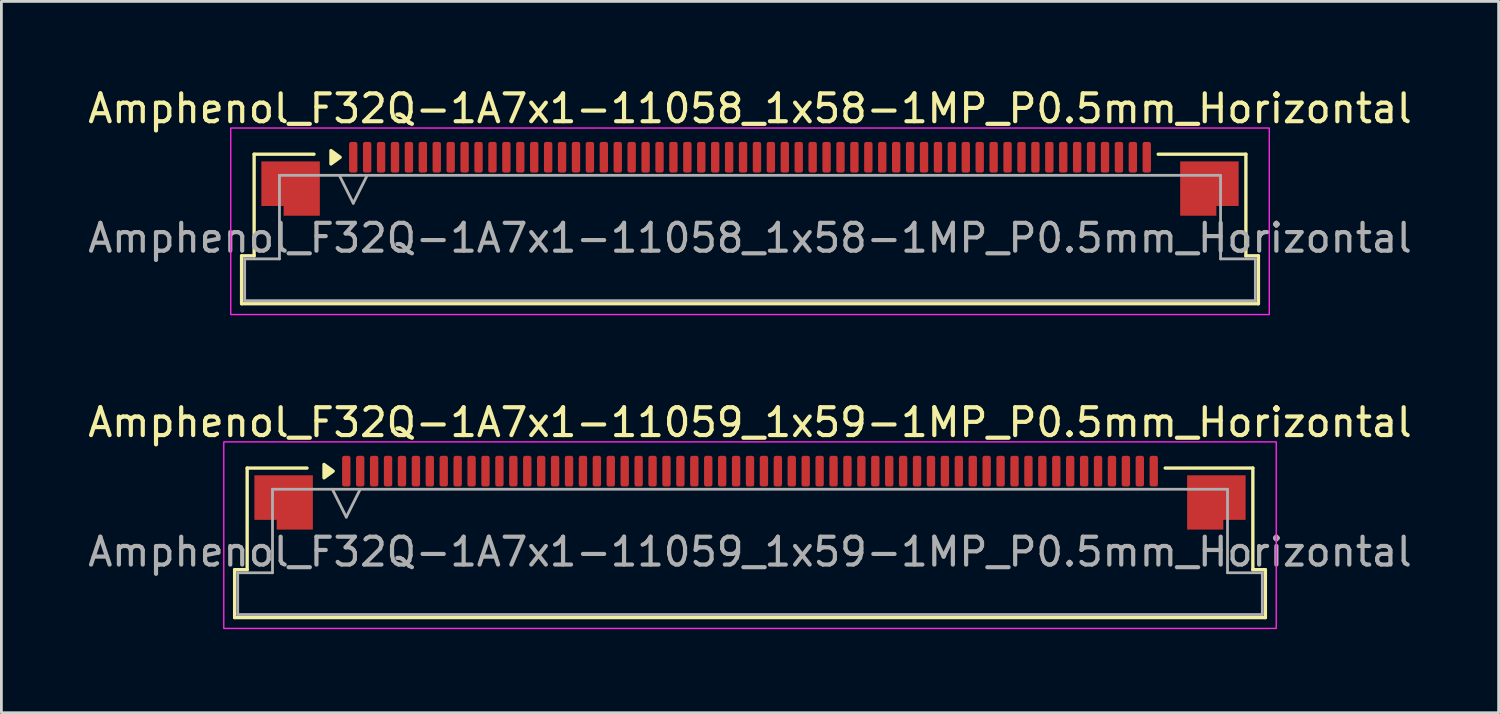
<source format=kicad_pcb>
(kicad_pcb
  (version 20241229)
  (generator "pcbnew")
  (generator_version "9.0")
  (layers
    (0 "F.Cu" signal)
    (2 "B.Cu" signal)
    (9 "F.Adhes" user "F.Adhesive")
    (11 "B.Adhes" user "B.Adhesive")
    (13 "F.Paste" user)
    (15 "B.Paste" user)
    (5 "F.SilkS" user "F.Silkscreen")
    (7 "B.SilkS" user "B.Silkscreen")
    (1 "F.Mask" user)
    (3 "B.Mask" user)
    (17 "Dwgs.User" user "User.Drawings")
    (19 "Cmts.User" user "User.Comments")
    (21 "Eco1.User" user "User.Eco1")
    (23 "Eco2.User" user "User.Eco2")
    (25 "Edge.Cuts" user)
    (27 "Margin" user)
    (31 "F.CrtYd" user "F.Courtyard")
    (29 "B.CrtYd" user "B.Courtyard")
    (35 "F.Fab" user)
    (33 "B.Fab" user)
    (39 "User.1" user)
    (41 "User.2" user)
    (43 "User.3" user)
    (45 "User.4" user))
  (footprint "Amphenol_F32Q-1A7x1-11059_1x59-1MP_P0.5mm_Horizontal"
    (layer "F.Cu")
    (at 23.887 16.771)
    (property "Reference" "Amphenol_F32Q-1A7x1-11059_1x59-1MP_P0.5mm_Horizontal" (at 0 -4.65 0) (layer "F.SilkS") (effects (font (size 1 1) (thickness 0.15))))
    (attr smd)
    (fp_line (start -18.51 0.64) (end -18.06 0.64) (stroke (width 0.12) (type solid)) (layer "F.SilkS"))
    (fp_line (start -18.51 2.36) (end -18.51 0.64) (stroke (width 0.12) (type solid)) (layer "F.SilkS"))
    (fp_line (start -18.06 -3.01) (end -15.91 -3.01) (stroke (width 0.12) (type solid)) (layer "F.SilkS"))
    (fp_line (start -18.06 0.64) (end -18.06 -3.01) (stroke (width 0.12) (type solid)) (layer "F.SilkS"))
    (fp_line (start 14.91 -3.01) (end 18.06 -3.01) (stroke (width 0.12) (type solid)) (layer "F.SilkS"))
    (fp_line (start 18.06 -3.01) (end 18.06 0.64) (stroke (width 0.12) (type solid)) (layer "F.SilkS"))
    (fp_line (start 18.06 0.64) (end 18.51 0.64) (stroke (width 0.12) (type solid)) (layer "F.SilkS"))
    (fp_line (start 18.51 0.64) (end 18.51 2.36) (stroke (width 0.12) (type solid)) (layer "F.SilkS"))
    (fp_line (start 18.51 2.36) (end -18.51 2.36) (stroke (width 0.12) (type solid)) (layer "F.SilkS"))
    (fp_poly (pts (xy -14.97 -2.9) (xy -15.3 -2.66) (xy -15.3 -3.14)) (stroke (width 0.12) (type solid)) (fill yes) (layer "F.SilkS"))
    (fp_rect (start -18.9 -3.95) (end 18.9 2.75) (stroke (width 0.05) (type solid)) (fill no) (layer "F.CrtYd"))
    (fp_line (start -18.4 0.75) (end -17.15 0.75) (stroke (width 0.1) (type solid)) (layer "F.Fab"))
    (fp_line (start -18.4 2.25) (end -18.4 0.75) (stroke (width 0.1) (type solid)) (layer "F.Fab"))
    (fp_line (start -17.15 -2.25) (end 17.15 -2.25) (stroke (width 0.1) (type solid)) (layer "F.Fab"))
    (fp_line (start -17.15 0.75) (end -17.15 -2.25) (stroke (width 0.1) (type solid)) (layer "F.Fab"))
    (fp_line (start -15 -2.25) (end -14.5 -1.25) (stroke (width 0.1) (type solid)) (layer "F.Fab"))
    (fp_line (start -14.5 -1.25) (end -14 -2.25) (stroke (width 0.1) (type solid)) (layer "F.Fab"))
    (fp_line (start 17.15 -2.25) (end 17.15 0.75) (stroke (width 0.1) (type solid)) (layer "F.Fab"))
    (fp_line (start 17.15 0.75) (end 18.4 0.75) (stroke (width 0.1) (type solid)) (layer "F.Fab"))
    (fp_line (start 18.4 0.75) (end 18.4 2.25) (stroke (width 0.1) (type solid)) (layer "F.Fab"))
    (fp_line (start 18.4 2.25) (end -18.4 2.25) (stroke (width 0.1) (type solid)) (layer "F.Fab"))
    (fp_text user "${REFERENCE}" (at 0 0 0) (layer "F.Fab") (effects (font (size 1 1) (thickness 0.15))))
    (pad "1" smd roundrect (at -14.5 -2.9) (size 0.3 1.1) (layers "F.Cu" "F.Mask" "F.Paste") (roundrect_rratio 0.25))
    (pad "2" smd roundrect (at -14 -2.9) (size 0.3 1.1) (layers "F.Cu" "F.Mask" "F.Paste") (roundrect_rratio 0.25))
    (pad "3" smd roundrect (at -13.5 -2.9) (size 0.3 1.1) (layers "F.Cu" "F.Mask" "F.Paste") (roundrect_rratio 0.25))
    (pad "4" smd roundrect (at -13 -2.9) (size 0.3 1.1) (layers "F.Cu" "F.Mask" "F.Paste") (roundrect_rratio 0.25))
    (pad "5" smd roundrect (at -12.5 -2.9) (size 0.3 1.1) (layers "F.Cu" "F.Mask" "F.Paste") (roundrect_rratio 0.25))
    (pad "6" smd roundrect (at -12 -2.9) (size 0.3 1.1) (layers "F.Cu" "F.Mask" "F.Paste") (roundrect_rratio 0.25))
    (pad "7" smd roundrect (at -11.5 -2.9) (size 0.3 1.1) (layers "F.Cu" "F.Mask" "F.Paste") (roundrect_rratio 0.25))
    (pad "8" smd roundrect (at -11 -2.9) (size 0.3 1.1) (layers "F.Cu" "F.Mask" "F.Paste") (roundrect_rratio 0.25))
    (pad "9" smd roundrect (at -10.5 -2.9) (size 0.3 1.1) (layers "F.Cu" "F.Mask" "F.Paste") (roundrect_rratio 0.25))
    (pad "10" smd roundrect (at -10 -2.9) (size 0.3 1.1) (layers "F.Cu" "F.Mask" "F.Paste") (roundrect_rratio 0.25))
    (pad "11" smd roundrect (at -9.5 -2.9) (size 0.3 1.1) (layers "F.Cu" "F.Mask" "F.Paste") (roundrect_rratio 0.25))
    (pad "12" smd roundrect (at -9 -2.9) (size 0.3 1.1) (layers "F.Cu" "F.Mask" "F.Paste") (roundrect_rratio 0.25))
    (pad "13" smd roundrect (at -8.5 -2.9) (size 0.3 1.1) (layers "F.Cu" "F.Mask" "F.Paste") (roundrect_rratio 0.25))
    (pad "14" smd roundrect (at -8 -2.9) (size 0.3 1.1) (layers "F.Cu" "F.Mask" "F.Paste") (roundrect_rratio 0.25))
    (pad "15" smd roundrect (at -7.5 -2.9) (size 0.3 1.1) (layers "F.Cu" "F.Mask" "F.Paste") (roundrect_rratio 0.25))
    (pad "16" smd roundrect (at -7 -2.9) (size 0.3 1.1) (layers "F.Cu" "F.Mask" "F.Paste") (roundrect_rratio 0.25))
    (pad "17" smd roundrect (at -6.5 -2.9) (size 0.3 1.1) (layers "F.Cu" "F.Mask" "F.Paste") (roundrect_rratio 0.25))
    (pad "18" smd roundrect (at -6 -2.9) (size 0.3 1.1) (layers "F.Cu" "F.Mask" "F.Paste") (roundrect_rratio 0.25))
    (pad "19" smd roundrect (at -5.5 -2.9) (size 0.3 1.1) (layers "F.Cu" "F.Mask" "F.Paste") (roundrect_rratio 0.25))
    (pad "20" smd roundrect (at -5 -2.9) (size 0.3 1.1) (layers "F.Cu" "F.Mask" "F.Paste") (roundrect_rratio 0.25))
    (pad "21" smd roundrect (at -4.5 -2.9) (size 0.3 1.1) (layers "F.Cu" "F.Mask" "F.Paste") (roundrect_rratio 0.25))
    (pad "22" smd roundrect (at -4 -2.9) (size 0.3 1.1) (layers "F.Cu" "F.Mask" "F.Paste") (roundrect_rratio 0.25))
    (pad "23" smd roundrect (at -3.5 -2.9) (size 0.3 1.1) (layers "F.Cu" "F.Mask" "F.Paste") (roundrect_rratio 0.25))
    (pad "24" smd roundrect (at -3 -2.9) (size 0.3 1.1) (layers "F.Cu" "F.Mask" "F.Paste") (roundrect_rratio 0.25))
    (pad "25" smd roundrect (at -2.5 -2.9) (size 0.3 1.1) (layers "F.Cu" "F.Mask" "F.Paste") (roundrect_rratio 0.25))
    (pad "26" smd roundrect (at -2 -2.9) (size 0.3 1.1) (layers "F.Cu" "F.Mask" "F.Paste") (roundrect_rratio 0.25))
    (pad "27" smd roundrect (at -1.5 -2.9) (size 0.3 1.1) (layers "F.Cu" "F.Mask" "F.Paste") (roundrect_rratio 0.25))
    (pad "28" smd roundrect (at -1 -2.9) (size 0.3 1.1) (layers "F.Cu" "F.Mask" "F.Paste") (roundrect_rratio 0.25))
    (pad "29" smd roundrect (at -0.5 -2.9) (size 0.3 1.1) (layers "F.Cu" "F.Mask" "F.Paste") (roundrect_rratio 0.25))
    (pad "30" smd roundrect (at 0 -2.9) (size 0.3 1.1) (layers "F.Cu" "F.Mask" "F.Paste") (roundrect_rratio 0.25))
    (pad "31" smd roundrect (at 0.5 -2.9) (size 0.3 1.1) (layers "F.Cu" "F.Mask" "F.Paste") (roundrect_rratio 0.25))
    (pad "32" smd roundrect (at 1 -2.9) (size 0.3 1.1) (layers "F.Cu" "F.Mask" "F.Paste") (roundrect_rratio 0.25))
    (pad "33" smd roundrect (at 1.5 -2.9) (size 0.3 1.1) (layers "F.Cu" "F.Mask" "F.Paste") (roundrect_rratio 0.25))
    (pad "34" smd roundrect (at 2 -2.9) (size 0.3 1.1) (layers "F.Cu" "F.Mask" "F.Paste") (roundrect_rratio 0.25))
    (pad "35" smd roundrect (at 2.5 -2.9) (size 0.3 1.1) (layers "F.Cu" "F.Mask" "F.Paste") (roundrect_rratio 0.25))
    (pad "36" smd roundrect (at 3 -2.9) (size 0.3 1.1) (layers "F.Cu" "F.Mask" "F.Paste") (roundrect_rratio 0.25))
    (pad "37" smd roundrect (at 3.5 -2.9) (size 0.3 1.1) (layers "F.Cu" "F.Mask" "F.Paste") (roundrect_rratio 0.25))
    (pad "38" smd roundrect (at 4 -2.9) (size 0.3 1.1) (layers "F.Cu" "F.Mask" "F.Paste") (roundrect_rratio 0.25))
    (pad "39" smd roundrect (at 4.5 -2.9) (size 0.3 1.1) (layers "F.Cu" "F.Mask" "F.Paste") (roundrect_rratio 0.25))
    (pad "40" smd roundrect (at 5 -2.9) (size 0.3 1.1) (layers "F.Cu" "F.Mask" "F.Paste") (roundrect_rratio 0.25))
    (pad "41" smd roundrect (at 5.5 -2.9) (size 0.3 1.1) (layers "F.Cu" "F.Mask" "F.Paste") (roundrect_rratio 0.25))
    (pad "42" smd roundrect (at 6 -2.9) (size 0.3 1.1) (layers "F.Cu" "F.Mask" "F.Paste") (roundrect_rratio 0.25))
    (pad "43" smd roundrect (at 6.5 -2.9) (size 0.3 1.1) (layers "F.Cu" "F.Mask" "F.Paste") (roundrect_rratio 0.25))
    (pad "44" smd roundrect (at 7 -2.9) (size 0.3 1.1) (layers "F.Cu" "F.Mask" "F.Paste") (roundrect_rratio 0.25))
    (pad "45" smd roundrect (at 7.5 -2.9) (size 0.3 1.1) (layers "F.Cu" "F.Mask" "F.Paste") (roundrect_rratio 0.25))
    (pad "46" smd roundrect (at 8 -2.9) (size 0.3 1.1) (layers "F.Cu" "F.Mask" "F.Paste") (roundrect_rratio 0.25))
    (pad "47" smd roundrect (at 8.5 -2.9) (size 0.3 1.1) (layers "F.Cu" "F.Mask" "F.Paste") (roundrect_rratio 0.25))
    (pad "48" smd roundrect (at 9 -2.9) (size 0.3 1.1) (layers "F.Cu" "F.Mask" "F.Paste") (roundrect_rratio 0.25))
    (pad "49" smd roundrect (at 9.5 -2.9) (size 0.3 1.1) (layers "F.Cu" "F.Mask" "F.Paste") (roundrect_rratio 0.25))
    (pad "50" smd roundrect (at 10 -2.9) (size 0.3 1.1) (layers "F.Cu" "F.Mask" "F.Paste") (roundrect_rratio 0.25))
    (pad "51" smd roundrect (at 10.5 -2.9) (size 0.3 1.1) (layers "F.Cu" "F.Mask" "F.Paste") (roundrect_rratio 0.25))
    (pad "52" smd roundrect (at 11 -2.9) (size 0.3 1.1) (layers "F.Cu" "F.Mask" "F.Paste") (roundrect_rratio 0.25))
    (pad "53" smd roundrect (at 11.5 -2.9) (size 0.3 1.1) (layers "F.Cu" "F.Mask" "F.Paste") (roundrect_rratio 0.25))
    (pad "54" smd roundrect (at 12 -2.9) (size 0.3 1.1) (layers "F.Cu" "F.Mask" "F.Paste") (roundrect_rratio 0.25))
    (pad "55" smd roundrect (at 12.5 -2.9) (size 0.3 1.1) (layers "F.Cu" "F.Mask" "F.Paste") (roundrect_rratio 0.25))
    (pad "56" smd roundrect (at 13 -2.9) (size 0.3 1.1) (layers "F.Cu" "F.Mask" "F.Paste") (roundrect_rratio 0.25))
    (pad "57" smd roundrect (at 13.5 -2.9) (size 0.3 1.1) (layers "F.Cu" "F.Mask" "F.Paste") (roundrect_rratio 0.25))
    (pad "58" smd roundrect (at 14 -2.9) (size 0.3 1.1) (layers "F.Cu" "F.Mask" "F.Paste") (roundrect_rratio 0.25))
    (pad "59" smd roundrect (at 14.5 -2.9) (size 0.3 1.1) (layers "F.Cu" "F.Mask" "F.Paste") (roundrect_rratio 0.25))
    (pad "MP" smd custom (at -16.75 -1.775) (size 1 1) (layers "F.Cu" "F.Mask" "F.Paste") (options (anchor circle)) (primitives (gr_poly (pts (xy 1.05 -0.975) (xy 1.05 0.975) (xy -0.25 0.975) (xy -0.25 0.625) (xy -1.05 0.625) (xy -1.05 -0.975)) (width 0) (fill yes))))
    (pad "MP" smd custom (at 16.75 -1.775) (size 1 1) (layers "F.Cu" "F.Mask" "F.Paste") (options (anchor circle)) (primitives (gr_poly (pts (xy -1.05 -0.975) (xy -1.05 0.975) (xy 0.25 0.975) (xy 0.25 0.625) (xy 1.05 0.625) (xy 1.05 -0.975)) (width 0) (fill yes)))))
  (footprint "Amphenol_F32Q-1A7x1-11058_1x58-1MP_P0.5mm_Horizontal"
    (layer "F.Cu")
    (at 23.887 5.498)
    (property "Reference" "Amphenol_F32Q-1A7x1-11058_1x58-1MP_P0.5mm_Horizontal" (at 0 -4.65 0) (layer "F.SilkS") (effects (font (size 1 1) (thickness 0.15))))
    (attr smd)
    (fp_line (start -18.26 0.64) (end -17.81 0.64) (stroke (width 0.12) (type solid)) (layer "F.SilkS"))
    (fp_line (start -18.26 2.36) (end -18.26 0.64) (stroke (width 0.12) (type solid)) (layer "F.SilkS"))
    (fp_line (start -17.81 -3.01) (end -15.66 -3.01) (stroke (width 0.12) (type solid)) (layer "F.SilkS"))
    (fp_line (start -17.81 0.64) (end -17.81 -3.01) (stroke (width 0.12) (type solid)) (layer "F.SilkS"))
    (fp_line (start 14.66 -3.01) (end 17.81 -3.01) (stroke (width 0.12) (type solid)) (layer "F.SilkS"))
    (fp_line (start 17.81 -3.01) (end 17.81 0.64) (stroke (width 0.12) (type solid)) (layer "F.SilkS"))
    (fp_line (start 17.81 0.64) (end 18.26 0.64) (stroke (width 0.12) (type solid)) (layer "F.SilkS"))
    (fp_line (start 18.26 0.64) (end 18.26 2.36) (stroke (width 0.12) (type solid)) (layer "F.SilkS"))
    (fp_line (start 18.26 2.36) (end -18.26 2.36) (stroke (width 0.12) (type solid)) (layer "F.SilkS"))
    (fp_poly (pts (xy -14.72 -2.9) (xy -15.05 -2.66) (xy -15.05 -3.14)) (stroke (width 0.12) (type solid)) (fill yes) (layer "F.SilkS"))
    (fp_rect (start -18.65 -3.95) (end 18.65 2.75) (stroke (width 0.05) (type solid)) (fill no) (layer "F.CrtYd"))
    (fp_line (start -18.15 0.75) (end -16.9 0.75) (stroke (width 0.1) (type solid)) (layer "F.Fab"))
    (fp_line (start -18.15 2.25) (end -18.15 0.75) (stroke (width 0.1) (type solid)) (layer "F.Fab"))
    (fp_line (start -16.9 -2.25) (end 16.9 -2.25) (stroke (width 0.1) (type solid)) (layer "F.Fab"))
    (fp_line (start -16.9 0.75) (end -16.9 -2.25) (stroke (width 0.1) (type solid)) (layer "F.Fab"))
    (fp_line (start -14.75 -2.25) (end -14.25 -1.25) (stroke (width 0.1) (type solid)) (layer "F.Fab"))
    (fp_line (start -14.25 -1.25) (end -13.75 -2.25) (stroke (width 0.1) (type solid)) (layer "F.Fab"))
    (fp_line (start 16.9 -2.25) (end 16.9 0.75) (stroke (width 0.1) (type solid)) (layer "F.Fab"))
    (fp_line (start 16.9 0.75) (end 18.15 0.75) (stroke (width 0.1) (type solid)) (layer "F.Fab"))
    (fp_line (start 18.15 0.75) (end 18.15 2.25) (stroke (width 0.1) (type solid)) (layer "F.Fab"))
    (fp_line (start 18.15 2.25) (end -18.15 2.25) (stroke (width 0.1) (type solid)) (layer "F.Fab"))
    (fp_text user "${REFERENCE}" (at 0 0 0) (layer "F.Fab") (effects (font (size 1 1) (thickness 0.15))))
    (pad "1" smd roundrect (at -14.25 -2.9) (size 0.3 1.1) (layers "F.Cu" "F.Mask" "F.Paste") (roundrect_rratio 0.25))
    (pad "2" smd roundrect (at -13.75 -2.9) (size 0.3 1.1) (layers "F.Cu" "F.Mask" "F.Paste") (roundrect_rratio 0.25))
    (pad "3" smd roundrect (at -13.25 -2.9) (size 0.3 1.1) (layers "F.Cu" "F.Mask" "F.Paste") (roundrect_rratio 0.25))
    (pad "4" smd roundrect (at -12.75 -2.9) (size 0.3 1.1) (layers "F.Cu" "F.Mask" "F.Paste") (roundrect_rratio 0.25))
    (pad "5" smd roundrect (at -12.25 -2.9) (size 0.3 1.1) (layers "F.Cu" "F.Mask" "F.Paste") (roundrect_rratio 0.25))
    (pad "6" smd roundrect (at -11.75 -2.9) (size 0.3 1.1) (layers "F.Cu" "F.Mask" "F.Paste") (roundrect_rratio 0.25))
    (pad "7" smd roundrect (at -11.25 -2.9) (size 0.3 1.1) (layers "F.Cu" "F.Mask" "F.Paste") (roundrect_rratio 0.25))
    (pad "8" smd roundrect (at -10.75 -2.9) (size 0.3 1.1) (layers "F.Cu" "F.Mask" "F.Paste") (roundrect_rratio 0.25))
    (pad "9" smd roundrect (at -10.25 -2.9) (size 0.3 1.1) (layers "F.Cu" "F.Mask" "F.Paste") (roundrect_rratio 0.25))
    (pad "10" smd roundrect (at -9.75 -2.9) (size 0.3 1.1) (layers "F.Cu" "F.Mask" "F.Paste") (roundrect_rratio 0.25))
    (pad "11" smd roundrect (at -9.25 -2.9) (size 0.3 1.1) (layers "F.Cu" "F.Mask" "F.Paste") (roundrect_rratio 0.25))
    (pad "12" smd roundrect (at -8.75 -2.9) (size 0.3 1.1) (layers "F.Cu" "F.Mask" "F.Paste") (roundrect_rratio 0.25))
    (pad "13" smd roundrect (at -8.25 -2.9) (size 0.3 1.1) (layers "F.Cu" "F.Mask" "F.Paste") (roundrect_rratio 0.25))
    (pad "14" smd roundrect (at -7.75 -2.9) (size 0.3 1.1) (layers "F.Cu" "F.Mask" "F.Paste") (roundrect_rratio 0.25))
    (pad "15" smd roundrect (at -7.25 -2.9) (size 0.3 1.1) (layers "F.Cu" "F.Mask" "F.Paste") (roundrect_rratio 0.25))
    (pad "16" smd roundrect (at -6.75 -2.9) (size 0.3 1.1) (layers "F.Cu" "F.Mask" "F.Paste") (roundrect_rratio 0.25))
    (pad "17" smd roundrect (at -6.25 -2.9) (size 0.3 1.1) (layers "F.Cu" "F.Mask" "F.Paste") (roundrect_rratio 0.25))
    (pad "18" smd roundrect (at -5.75 -2.9) (size 0.3 1.1) (layers "F.Cu" "F.Mask" "F.Paste") (roundrect_rratio 0.25))
    (pad "19" smd roundrect (at -5.25 -2.9) (size 0.3 1.1) (layers "F.Cu" "F.Mask" "F.Paste") (roundrect_rratio 0.25))
    (pad "20" smd roundrect (at -4.75 -2.9) (size 0.3 1.1) (layers "F.Cu" "F.Mask" "F.Paste") (roundrect_rratio 0.25))
    (pad "21" smd roundrect (at -4.25 -2.9) (size 0.3 1.1) (layers "F.Cu" "F.Mask" "F.Paste") (roundrect_rratio 0.25))
    (pad "22" smd roundrect (at -3.75 -2.9) (size 0.3 1.1) (layers "F.Cu" "F.Mask" "F.Paste") (roundrect_rratio 0.25))
    (pad "23" smd roundrect (at -3.25 -2.9) (size 0.3 1.1) (layers "F.Cu" "F.Mask" "F.Paste") (roundrect_rratio 0.25))
    (pad "24" smd roundrect (at -2.75 -2.9) (size 0.3 1.1) (layers "F.Cu" "F.Mask" "F.Paste") (roundrect_rratio 0.25))
    (pad "25" smd roundrect (at -2.25 -2.9) (size 0.3 1.1) (layers "F.Cu" "F.Mask" "F.Paste") (roundrect_rratio 0.25))
    (pad "26" smd roundrect (at -1.75 -2.9) (size 0.3 1.1) (layers "F.Cu" "F.Mask" "F.Paste") (roundrect_rratio 0.25))
    (pad "27" smd roundrect (at -1.25 -2.9) (size 0.3 1.1) (layers "F.Cu" "F.Mask" "F.Paste") (roundrect_rratio 0.25))
    (pad "28" smd roundrect (at -0.75 -2.9) (size 0.3 1.1) (layers "F.Cu" "F.Mask" "F.Paste") (roundrect_rratio 0.25))
    (pad "29" smd roundrect (at -0.25 -2.9) (size 0.3 1.1) (layers "F.Cu" "F.Mask" "F.Paste") (roundrect_rratio 0.25))
    (pad "30" smd roundrect (at 0.25 -2.9) (size 0.3 1.1) (layers "F.Cu" "F.Mask" "F.Paste") (roundrect_rratio 0.25))
    (pad "31" smd roundrect (at 0.75 -2.9) (size 0.3 1.1) (layers "F.Cu" "F.Mask" "F.Paste") (roundrect_rratio 0.25))
    (pad "32" smd roundrect (at 1.25 -2.9) (size 0.3 1.1) (layers "F.Cu" "F.Mask" "F.Paste") (roundrect_rratio 0.25))
    (pad "33" smd roundrect (at 1.75 -2.9) (size 0.3 1.1) (layers "F.Cu" "F.Mask" "F.Paste") (roundrect_rratio 0.25))
    (pad "34" smd roundrect (at 2.25 -2.9) (size 0.3 1.1) (layers "F.Cu" "F.Mask" "F.Paste") (roundrect_rratio 0.25))
    (pad "35" smd roundrect (at 2.75 -2.9) (size 0.3 1.1) (layers "F.Cu" "F.Mask" "F.Paste") (roundrect_rratio 0.25))
    (pad "36" smd roundrect (at 3.25 -2.9) (size 0.3 1.1) (layers "F.Cu" "F.Mask" "F.Paste") (roundrect_rratio 0.25))
    (pad "37" smd roundrect (at 3.75 -2.9) (size 0.3 1.1) (layers "F.Cu" "F.Mask" "F.Paste") (roundrect_rratio 0.25))
    (pad "38" smd roundrect (at 4.25 -2.9) (size 0.3 1.1) (layers "F.Cu" "F.Mask" "F.Paste") (roundrect_rratio 0.25))
    (pad "39" smd roundrect (at 4.75 -2.9) (size 0.3 1.1) (layers "F.Cu" "F.Mask" "F.Paste") (roundrect_rratio 0.25))
    (pad "40" smd roundrect (at 5.25 -2.9) (size 0.3 1.1) (layers "F.Cu" "F.Mask" "F.Paste") (roundrect_rratio 0.25))
    (pad "41" smd roundrect (at 5.75 -2.9) (size 0.3 1.1) (layers "F.Cu" "F.Mask" "F.Paste") (roundrect_rratio 0.25))
    (pad "42" smd roundrect (at 6.25 -2.9) (size 0.3 1.1) (layers "F.Cu" "F.Mask" "F.Paste") (roundrect_rratio 0.25))
    (pad "43" smd roundrect (at 6.75 -2.9) (size 0.3 1.1) (layers "F.Cu" "F.Mask" "F.Paste") (roundrect_rratio 0.25))
    (pad "44" smd roundrect (at 7.25 -2.9) (size 0.3 1.1) (layers "F.Cu" "F.Mask" "F.Paste") (roundrect_rratio 0.25))
    (pad "45" smd roundrect (at 7.75 -2.9) (size 0.3 1.1) (layers "F.Cu" "F.Mask" "F.Paste") (roundrect_rratio 0.25))
    (pad "46" smd roundrect (at 8.25 -2.9) (size 0.3 1.1) (layers "F.Cu" "F.Mask" "F.Paste") (roundrect_rratio 0.25))
    (pad "47" smd roundrect (at 8.75 -2.9) (size 0.3 1.1) (layers "F.Cu" "F.Mask" "F.Paste") (roundrect_rratio 0.25))
    (pad "48" smd roundrect (at 9.25 -2.9) (size 0.3 1.1) (layers "F.Cu" "F.Mask" "F.Paste") (roundrect_rratio 0.25))
    (pad "49" smd roundrect (at 9.75 -2.9) (size 0.3 1.1) (layers "F.Cu" "F.Mask" "F.Paste") (roundrect_rratio 0.25))
    (pad "50" smd roundrect (at 10.25 -2.9) (size 0.3 1.1) (layers "F.Cu" "F.Mask" "F.Paste") (roundrect_rratio 0.25))
    (pad "51" smd roundrect (at 10.75 -2.9) (size 0.3 1.1) (layers "F.Cu" "F.Mask" "F.Paste") (roundrect_rratio 0.25))
    (pad "52" smd roundrect (at 11.25 -2.9) (size 0.3 1.1) (layers "F.Cu" "F.Mask" "F.Paste") (roundrect_rratio 0.25))
    (pad "53" smd roundrect (at 11.75 -2.9) (size 0.3 1.1) (layers "F.Cu" "F.Mask" "F.Paste") (roundrect_rratio 0.25))
    (pad "54" smd roundrect (at 12.25 -2.9) (size 0.3 1.1) (layers "F.Cu" "F.Mask" "F.Paste") (roundrect_rratio 0.25))
    (pad "55" smd roundrect (at 12.75 -2.9) (size 0.3 1.1) (layers "F.Cu" "F.Mask" "F.Paste") (roundrect_rratio 0.25))
    (pad "56" smd roundrect (at 13.25 -2.9) (size 0.3 1.1) (layers "F.Cu" "F.Mask" "F.Paste") (roundrect_rratio 0.25))
    (pad "57" smd roundrect (at 13.75 -2.9) (size 0.3 1.1) (layers "F.Cu" "F.Mask" "F.Paste") (roundrect_rratio 0.25))
    (pad "58" smd roundrect (at 14.25 -2.9) (size 0.3 1.1) (layers "F.Cu" "F.Mask" "F.Paste") (roundrect_rratio 0.25))
    (pad "MP" smd custom (at -16.5 -1.775) (size 1 1) (layers "F.Cu" "F.Mask" "F.Paste") (options (anchor circle)) (primitives (gr_poly (pts (xy 1.05 -0.975) (xy 1.05 0.975) (xy -0.25 0.975) (xy -0.25 0.625) (xy -1.05 0.625) (xy -1.05 -0.975)) (width 0) (fill yes))))
    (pad "MP" smd custom (at 16.5 -1.775) (size 1 1) (layers "F.Cu" "F.Mask" "F.Paste") (options (anchor circle)) (primitives (gr_poly (pts (xy -1.05 -0.975) (xy -1.05 0.975) (xy 0.25 0.975) (xy 0.25 0.625) (xy 1.05 0.625) (xy 1.05 -0.975)) (width 0) (fill yes)))))
  (gr_rect
    (start -3 -3)
    (end 50.774 22.547)
    (stroke (width 0.1) (type default))
    (fill no)
    (layer "Edge.Cuts")))
</source>
